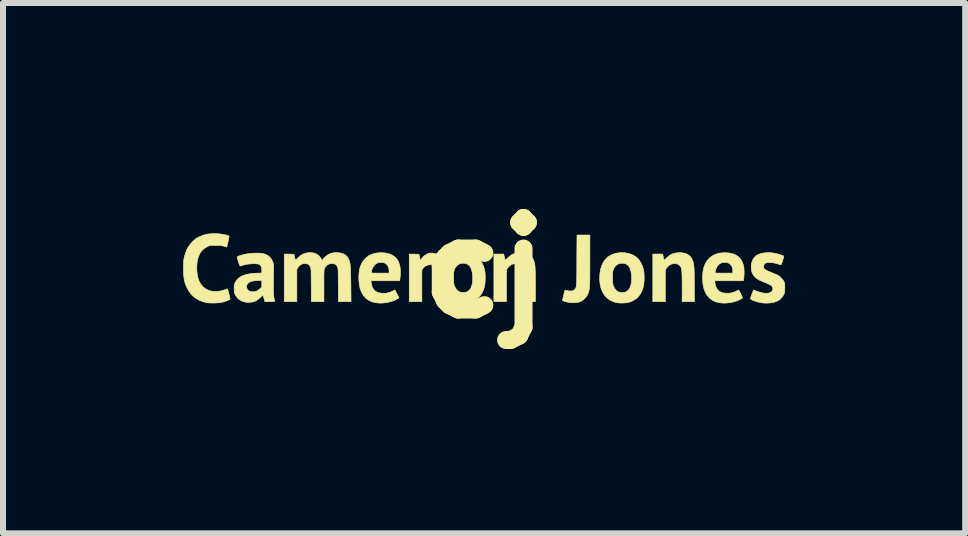
<source format=kicad_pcb>
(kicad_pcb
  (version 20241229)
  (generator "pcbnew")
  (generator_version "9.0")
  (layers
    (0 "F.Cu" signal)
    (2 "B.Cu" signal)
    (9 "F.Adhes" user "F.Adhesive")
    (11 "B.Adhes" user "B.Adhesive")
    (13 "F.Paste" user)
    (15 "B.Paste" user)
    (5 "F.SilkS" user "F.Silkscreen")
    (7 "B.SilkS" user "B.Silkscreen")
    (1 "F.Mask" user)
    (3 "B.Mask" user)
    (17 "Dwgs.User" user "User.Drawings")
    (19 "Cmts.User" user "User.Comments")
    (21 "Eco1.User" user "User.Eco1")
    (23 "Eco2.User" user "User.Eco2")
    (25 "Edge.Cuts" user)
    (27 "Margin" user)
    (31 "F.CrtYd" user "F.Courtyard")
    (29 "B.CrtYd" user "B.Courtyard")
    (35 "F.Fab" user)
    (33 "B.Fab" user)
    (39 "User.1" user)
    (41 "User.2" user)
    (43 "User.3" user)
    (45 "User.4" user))
  (footprint "cj"
    (layer "F.Cu")
    (at 5.02 1.418)
    (property "Reference" "cj" (at 0 0 0) (layer "F.SilkS") (effects (font (size 1.524 1.524) (thickness 0.3))))
    (attr through_hole)
    (fp_poly (pts (xy -0.86 -0.251) (xy -0.835 -0.247) (xy -0.812 -0.243) (xy -0.796 -0.237) (xy -0.79 -0.232) (xy -0.79 -0.223) (xy -0.791 -0.205) (xy -0.794 -0.18) (xy -0.797 -0.151) (xy -0.801 -0.121) (xy -0.805 -0.093) (xy -0.809 -0.069) (xy -0.812 -0.053) (xy -0.814 -0.047) (xy -0.822 -0.046) (xy -0.837 -0.049) (xy -0.842 -0.05) (xy -0.887 -0.057) (xy -0.929 -0.054) (xy -0.968 -0.042) (xy -1.001 -0.021) (xy -1.023 0.005) (xy -1.041 0.034) (xy -1.041 0.559) (xy -1.251 0.559) (xy -1.251 -0.235) (xy -1.17 -0.234) (xy -1.09 -0.232) (xy -1.082 -0.2) (xy -1.077 -0.178) (xy -1.072 -0.158) (xy -1.071 -0.151) (xy -1.065 -0.137) (xy -1.058 -0.135) (xy -1.05 -0.146) (xy -1.049 -0.149) (xy -1.029 -0.18) (xy -0.999 -0.208) (xy -0.963 -0.231) (xy -0.925 -0.247) (xy -0.906 -0.251) (xy -0.885 -0.252) (xy -0.86 -0.251)) (stroke (width 0.01) (type solid)) (fill yes) (layer "F.SilkS"))
    (fp_poly (pts (xy 0.63 -0.258) (xy 0.686 -0.249) (xy 0.731 -0.234) (xy 0.768 -0.21) (xy 0.797 -0.178) (xy 0.813 -0.15) (xy 0.821 -0.132) (xy 0.828 -0.115) (xy 0.834 -0.096) (xy 0.839 -0.075) (xy 0.842 -0.05) (xy 0.845 -0.021) (xy 0.847 0.015) (xy 0.849 0.058) (xy 0.85 0.109) (xy 0.85 0.17) (xy 0.851 0.242) (xy 0.851 0.275) (xy 0.851 0.559) (xy 0.648 0.559) (xy 0.648 0.312) (xy 0.648 0.242) (xy 0.647 0.183) (xy 0.646 0.134) (xy 0.645 0.095) (xy 0.643 0.063) (xy 0.641 0.037) (xy 0.637 0.016) (xy 0.633 -0.000389) (xy 0.628 -0.015) (xy 0.623 -0.025) (xy 0.605 -0.048) (xy 0.578 -0.065) (xy 0.544 -0.075) (xy 0.522 -0.076) (xy 0.481 -0.071) (xy 0.445 -0.056) (xy 0.412 -0.03) (xy 0.389 -0.002) (xy 0.368 0.028) (xy 0.368 0.559) (xy 0.159 0.559) (xy 0.159 -0.235) (xy 0.323 -0.235) (xy 0.334 -0.186) (xy 0.339 -0.162) (xy 0.344 -0.144) (xy 0.347 -0.135) (xy 0.347 -0.134) (xy 0.352 -0.137) (xy 0.364 -0.147) (xy 0.381 -0.162) (xy 0.389 -0.169) (xy 0.412 -0.19) (xy 0.435 -0.209) (xy 0.455 -0.223) (xy 0.458 -0.225) (xy 0.497 -0.242) (xy 0.544 -0.253) (xy 0.594 -0.258) (xy 0.63 -0.258)) (stroke (width 0.01) (type solid)) (fill yes) (layer "F.SilkS"))
    (fp_poly (pts (xy 3.278 -0.258) (xy 3.333 -0.249) (xy 3.379 -0.234) (xy 3.416 -0.21) (xy 3.445 -0.178) (xy 3.461 -0.15) (xy 3.469 -0.132) (xy 3.476 -0.115) (xy 3.482 -0.096) (xy 3.487 -0.075) (xy 3.49 -0.05) (xy 3.493 -0.021) (xy 3.495 0.015) (xy 3.497 0.058) (xy 3.498 0.109) (xy 3.498 0.17) (xy 3.499 0.242) (xy 3.499 0.275) (xy 3.499 0.559) (xy 3.296 0.559) (xy 3.296 0.312) (xy 3.296 0.242) (xy 3.295 0.183) (xy 3.294 0.134) (xy 3.293 0.095) (xy 3.291 0.063) (xy 3.289 0.037) (xy 3.285 0.016) (xy 3.281 -0.000389) (xy 3.276 -0.015) (xy 3.271 -0.025) (xy 3.253 -0.048) (xy 3.226 -0.065) (xy 3.192 -0.075) (xy 3.17 -0.076) (xy 3.129 -0.071) (xy 3.092 -0.056) (xy 3.06 -0.03) (xy 3.037 -0.002) (xy 3.016 0.028) (xy 3.016 0.559) (xy 2.807 0.559) (xy 2.807 -0.235) (xy 2.971 -0.235) (xy 2.982 -0.186) (xy 2.987 -0.162) (xy 2.992 -0.144) (xy 2.994 -0.135) (xy 2.995 -0.134) (xy 3 -0.137) (xy 3.012 -0.147) (xy 3.029 -0.162) (xy 3.037 -0.169) (xy 3.059 -0.19) (xy 3.083 -0.209) (xy 3.103 -0.223) (xy 3.106 -0.225) (xy 3.145 -0.242) (xy 3.192 -0.253) (xy 3.242 -0.258) (xy 3.278 -0.258)) (stroke (width 0.01) (type solid)) (fill yes) (layer "F.SilkS"))
    (fp_poly (pts (xy 1.759 -0.132) (xy 1.759 -0.042) (xy 1.759 0.036) (xy 1.758 0.104) (xy 1.758 0.161) (xy 1.757 0.21) (xy 1.756 0.252) (xy 1.754 0.286) (xy 1.752 0.314) (xy 1.75 0.338) (xy 1.747 0.358) (xy 1.744 0.375) (xy 1.74 0.39) (xy 1.736 0.405) (xy 1.734 0.41) (xy 1.712 0.455) (xy 1.682 0.496) (xy 1.645 0.531) (xy 1.604 0.556) (xy 1.587 0.562) (xy 1.561 0.569) (xy 1.526 0.573) (xy 1.487 0.575) (xy 1.448 0.575) (xy 1.414 0.571) (xy 1.413 0.571) (xy 1.379 0.565) (xy 1.349 0.557) (xy 1.325 0.55) (xy 1.309 0.542) (xy 1.304 0.537) (xy 1.305 0.529) (xy 1.308 0.511) (xy 1.313 0.487) (xy 1.32 0.458) (xy 1.327 0.429) (xy 1.334 0.401) (xy 1.341 0.378) (xy 1.343 0.37) (xy 1.348 0.366) (xy 1.36 0.368) (xy 1.375 0.372) (xy 1.413 0.38) (xy 1.446 0.38) (xy 1.47 0.378) (xy 1.485 0.374) (xy 1.496 0.367) (xy 1.505 0.357) (xy 1.512 0.35) (xy 1.517 0.343) (xy 1.522 0.335) (xy 1.526 0.325) (xy 1.53 0.313) (xy 1.532 0.297) (xy 1.535 0.276) (xy 1.536 0.25) (xy 1.538 0.218) (xy 1.539 0.178) (xy 1.54 0.13) (xy 1.54 0.073) (xy 1.541 0.005) (xy 1.541 -0.073) (xy 1.541 -0.132) (xy 1.544 -0.552) (xy 1.759 -0.552) (xy 1.759 -0.132)) (stroke (width 0.01) (type solid)) (fill yes) (layer "F.SilkS"))
    (fp_poly (pts (xy -0.302 -0.256) (xy -0.239 -0.244) (xy -0.18 -0.223) (xy -0.128 -0.193) (xy -0.092 -0.163) (xy -0.065 -0.13) (xy -0.039 -0.087) (xy -0.017 -0.04) (xy 0.000056 0.008) (xy 0.004 0.025) (xy 0.011 0.064) (xy 0.014 0.111) (xy 0.015 0.162) (xy 0.014 0.213) (xy 0.01 0.26) (xy 0.004 0.301) (xy 0.001 0.313) (xy -0.022 0.381) (xy -0.053 0.438) (xy -0.092 0.486) (xy -0.14 0.524) (xy -0.196 0.554) (xy -0.235 0.568) (xy -0.27 0.575) (xy -0.312 0.58) (xy -0.358 0.581) (xy -0.403 0.58) (xy -0.442 0.575) (xy -0.444 0.575) (xy -0.506 0.557) (xy -0.562 0.529) (xy -0.609 0.491) (xy -0.65 0.445) (xy -0.682 0.39) (xy -0.706 0.327) (xy -0.721 0.256) (xy -0.727 0.179) (xy -0.726 0.159) (xy -0.511 0.159) (xy -0.511 0.199) (xy -0.51 0.229) (xy -0.509 0.251) (xy -0.506 0.268) (xy -0.503 0.283) (xy -0.497 0.297) (xy -0.497 0.298) (xy -0.476 0.338) (xy -0.451 0.37) (xy -0.421 0.392) (xy -0.416 0.394) (xy -0.385 0.403) (xy -0.349 0.406) (xy -0.313 0.402) (xy -0.289 0.395) (xy -0.268 0.382) (xy -0.248 0.365) (xy -0.243 0.36) (xy -0.223 0.329) (xy -0.208 0.289) (xy -0.198 0.242) (xy -0.194 0.191) (xy -0.194 0.139) (xy -0.199 0.087) (xy -0.209 0.039) (xy -0.224 -0.003) (xy -0.244 -0.036) (xy -0.246 -0.039) (xy -0.275 -0.063) (xy -0.311 -0.078) (xy -0.352 -0.082) (xy -0.397 -0.077) (xy -0.435 -0.06) (xy -0.466 -0.033) (xy -0.491 0.005) (xy -0.497 0.019) (xy -0.502 0.033) (xy -0.506 0.048) (xy -0.509 0.064) (xy -0.51 0.086) (xy -0.511 0.115) (xy -0.511 0.154) (xy -0.511 0.159) (xy -0.726 0.159) (xy -0.723 0.097) (xy -0.711 0.02) (xy -0.69 -0.047) (xy -0.661 -0.106) (xy -0.623 -0.156) (xy -0.576 -0.196) (xy -0.522 -0.226) (xy -0.459 -0.247) (xy -0.437 -0.252) (xy -0.369 -0.259) (xy -0.302 -0.256)) (stroke (width 0.01) (type solid)) (fill yes) (layer "F.SilkS"))
    (fp_poly (pts (xy 2.346 -0.256) (xy 2.409 -0.244) (xy 2.468 -0.223) (xy 2.52 -0.193) (xy 2.556 -0.163) (xy 2.583 -0.13) (xy 2.609 -0.087) (xy 2.631 -0.04) (xy 2.648 0.008) (xy 2.652 0.025) (xy 2.659 0.064) (xy 2.662 0.111) (xy 2.663 0.162) (xy 2.662 0.213) (xy 2.658 0.26) (xy 2.652 0.301) (xy 2.649 0.313) (xy 2.626 0.381) (xy 2.595 0.438) (xy 2.556 0.486) (xy 2.508 0.524) (xy 2.452 0.554) (xy 2.413 0.568) (xy 2.378 0.575) (xy 2.336 0.58) (xy 2.289 0.581) (xy 2.245 0.58) (xy 2.205 0.575) (xy 2.204 0.575) (xy 2.142 0.557) (xy 2.086 0.529) (xy 2.039 0.491) (xy 1.998 0.445) (xy 1.966 0.39) (xy 1.942 0.327) (xy 1.927 0.256) (xy 1.921 0.179) (xy 1.922 0.159) (xy 2.137 0.159) (xy 2.137 0.199) (xy 2.138 0.229) (xy 2.139 0.251) (xy 2.142 0.268) (xy 2.145 0.283) (xy 2.151 0.297) (xy 2.151 0.298) (xy 2.172 0.338) (xy 2.197 0.37) (xy 2.226 0.392) (xy 2.232 0.394) (xy 2.263 0.403) (xy 2.299 0.406) (xy 2.335 0.402) (xy 2.359 0.395) (xy 2.38 0.382) (xy 2.4 0.365) (xy 2.405 0.36) (xy 2.425 0.329) (xy 2.44 0.289) (xy 2.45 0.242) (xy 2.454 0.191) (xy 2.454 0.139) (xy 2.449 0.087) (xy 2.439 0.039) (xy 2.424 -0.003) (xy 2.404 -0.036) (xy 2.402 -0.039) (xy 2.373 -0.063) (xy 2.337 -0.078) (xy 2.296 -0.082) (xy 2.251 -0.077) (xy 2.213 -0.06) (xy 2.182 -0.033) (xy 2.157 0.005) (xy 2.151 0.019) (xy 2.146 0.033) (xy 2.142 0.048) (xy 2.139 0.064) (xy 2.138 0.086) (xy 2.137 0.115) (xy 2.137 0.154) (xy 2.137 0.159) (xy 1.922 0.159) (xy 1.925 0.097) (xy 1.937 0.02) (xy 1.958 -0.047) (xy 1.987 -0.106) (xy 2.025 -0.156) (xy 2.072 -0.196) (xy 2.126 -0.226) (xy 2.189 -0.247) (xy 2.211 -0.252) (xy 2.279 -0.259) (xy 2.346 -0.256)) (stroke (width 0.01) (type solid)) (fill yes) (layer "F.SilkS"))
    (fp_poly (pts (xy -1.644 -0.252) (xy -1.583 -0.238) (xy -1.53 -0.215) (xy -1.486 -0.183) (xy -1.45 -0.142) (xy -1.424 -0.091) (xy -1.406 -0.032) (xy -1.402 -0.002) (xy -1.399 0.036) (xy -1.399 0.079) (xy -1.4 0.123) (xy -1.404 0.163) (xy -1.407 0.189) (xy -1.411 0.21) (xy -1.888 0.21) (xy -1.884 0.249) (xy -1.879 0.277) (xy -1.87 0.306) (xy -1.865 0.32) (xy -1.843 0.357) (xy -1.815 0.384) (xy -1.781 0.403) (xy -1.738 0.414) (xy -1.701 0.418) (xy -1.649 0.418) (xy -1.603 0.411) (xy -1.558 0.396) (xy -1.534 0.384) (xy -1.513 0.374) (xy -1.497 0.367) (xy -1.489 0.364) (xy -1.488 0.364) (xy -1.485 0.37) (xy -1.478 0.385) (xy -1.467 0.406) (xy -1.455 0.43) (xy -1.422 0.495) (xy -1.453 0.514) (xy -1.501 0.539) (xy -1.559 0.558) (xy -1.622 0.573) (xy -1.687 0.581) (xy -1.752 0.582) (xy -1.804 0.577) (xy -1.868 0.562) (xy -1.925 0.537) (xy -1.973 0.502) (xy -2.014 0.457) (xy -2.046 0.403) (xy -2.07 0.339) (xy -2.073 0.327) (xy -2.084 0.269) (xy -2.09 0.203) (xy -2.091 0.135) (xy -2.087 0.075) (xy -1.884 0.075) (xy -1.881 0.078) (xy -1.875 0.08) (xy -1.862 0.081) (xy -1.843 0.082) (xy -1.815 0.082) (xy -1.777 0.083) (xy -1.737 0.083) (xy -1.587 0.083) (xy -1.587 0.042) (xy -1.593 -0.002) (xy -1.608 -0.038) (xy -1.631 -0.066) (xy -1.663 -0.086) (xy -1.701 -0.095) (xy -1.744 -0.095) (xy -1.773 -0.089) (xy -1.804 -0.074) (xy -1.831 -0.05) (xy -1.854 -0.018) (xy -1.871 0.019) (xy -1.876 0.038) (xy -1.88 0.056) (xy -1.884 0.071) (xy -1.884 0.071) (xy -1.884 0.075) (xy -2.087 0.075) (xy -2.086 0.069) (xy -2.076 0.009) (xy -2.073 -0.003) (xy -2.051 -0.065) (xy -2.02 -0.119) (xy -1.98 -0.165) (xy -1.933 -0.202) (xy -1.904 -0.218) (xy -1.865 -0.235) (xy -1.828 -0.246) (xy -1.79 -0.253) (xy -1.746 -0.256) (xy -1.714 -0.257) (xy -1.644 -0.252)) (stroke (width 0.01) (type solid)) (fill yes) (layer "F.SilkS"))
    (fp_poly (pts (xy 4.084 -0.252) (xy 4.145 -0.238) (xy 4.198 -0.215) (xy 4.242 -0.183) (xy 4.277 -0.142) (xy 4.304 -0.091) (xy 4.322 -0.032) (xy 4.326 -0.002) (xy 4.328 0.036) (xy 4.329 0.079) (xy 4.327 0.123) (xy 4.324 0.163) (xy 4.32 0.189) (xy 4.317 0.21) (xy 3.84 0.21) (xy 3.844 0.249) (xy 3.849 0.277) (xy 3.857 0.306) (xy 3.863 0.32) (xy 3.885 0.357) (xy 3.912 0.384) (xy 3.947 0.403) (xy 3.99 0.414) (xy 4.026 0.418) (xy 4.078 0.418) (xy 4.124 0.411) (xy 4.169 0.396) (xy 4.194 0.384) (xy 4.215 0.374) (xy 4.231 0.367) (xy 4.239 0.364) (xy 4.239 0.364) (xy 4.242 0.37) (xy 4.25 0.385) (xy 4.261 0.406) (xy 4.273 0.43) (xy 4.305 0.495) (xy 4.275 0.514) (xy 4.226 0.539) (xy 4.169 0.558) (xy 4.106 0.573) (xy 4.041 0.581) (xy 3.976 0.582) (xy 3.923 0.577) (xy 3.859 0.562) (xy 3.803 0.537) (xy 3.755 0.502) (xy 3.714 0.457) (xy 3.682 0.403) (xy 3.658 0.339) (xy 3.655 0.328) (xy 3.643 0.267) (xy 3.637 0.199) (xy 3.637 0.129) (xy 3.641 0.075) (xy 3.844 0.075) (xy 3.846 0.078) (xy 3.853 0.08) (xy 3.865 0.081) (xy 3.885 0.082) (xy 3.913 0.082) (xy 3.951 0.083) (xy 3.991 0.083) (xy 4.14 0.083) (xy 4.14 0.042) (xy 4.135 -0.002) (xy 4.12 -0.038) (xy 4.096 -0.066) (xy 4.065 -0.086) (xy 4.027 -0.095) (xy 3.984 -0.095) (xy 3.954 -0.089) (xy 3.924 -0.074) (xy 3.896 -0.05) (xy 3.873 -0.018) (xy 3.857 0.019) (xy 3.852 0.038) (xy 3.848 0.056) (xy 3.844 0.071) (xy 3.844 0.071) (xy 3.844 0.075) (xy 3.641 0.075) (xy 3.642 0.062) (xy 3.654 0.001) (xy 3.655 -0.003) (xy 3.677 -0.065) (xy 3.708 -0.119) (xy 3.747 -0.165) (xy 3.795 -0.202) (xy 3.824 -0.218) (xy 3.863 -0.235) (xy 3.9 -0.246) (xy 3.938 -0.253) (xy 3.982 -0.256) (xy 4.013 -0.257) (xy 4.084 -0.252)) (stroke (width 0.01) (type solid)) (fill yes) (layer "F.SilkS"))
    (fp_poly (pts (xy -4.433 -0.573) (xy -4.424 -0.572) (xy -4.391 -0.568) (xy -4.357 -0.562) (xy -4.324 -0.556) (xy -4.294 -0.549) (xy -4.271 -0.542) (xy -4.257 -0.537) (xy -4.254 -0.535) (xy -4.254 -0.527) (xy -4.256 -0.509) (xy -4.261 -0.483) (xy -4.268 -0.45) (xy -4.277 -0.413) (xy -4.287 -0.373) (xy -4.288 -0.367) (xy -4.293 -0.351) (xy -4.332 -0.364) (xy -4.35 -0.369) (xy -4.369 -0.373) (xy -4.391 -0.375) (xy -4.419 -0.377) (xy -4.456 -0.377) (xy -4.474 -0.377) (xy -4.576 -0.378) (xy -4.624 -0.354) (xy -4.672 -0.324) (xy -4.711 -0.287) (xy -4.742 -0.24) (xy -4.766 -0.184) (xy -4.779 -0.137) (xy -4.786 -0.096) (xy -4.79 -0.047) (xy -4.791 0.005) (xy -4.789 0.056) (xy -4.784 0.104) (xy -4.777 0.144) (xy -4.776 0.147) (xy -4.754 0.212) (xy -4.724 0.268) (xy -4.686 0.312) (xy -4.641 0.347) (xy -4.589 0.372) (xy -4.566 0.378) (xy -4.522 0.385) (xy -4.472 0.387) (xy -4.42 0.384) (xy -4.372 0.375) (xy -4.34 0.365) (xy -4.317 0.357) (xy -4.298 0.35) (xy -4.287 0.345) (xy -4.286 0.345) (xy -4.282 0.346) (xy -4.277 0.354) (xy -4.271 0.369) (xy -4.264 0.393) (xy -4.255 0.428) (xy -4.255 0.429) (xy -4.247 0.463) (xy -4.241 0.487) (xy -4.239 0.503) (xy -4.238 0.513) (xy -4.24 0.519) (xy -4.244 0.523) (xy -4.246 0.524) (xy -4.261 0.533) (xy -4.285 0.543) (xy -4.315 0.553) (xy -4.346 0.562) (xy -4.375 0.569) (xy -4.385 0.571) (xy -4.417 0.576) (xy -4.455 0.579) (xy -4.497 0.581) (xy -4.539 0.581) (xy -4.576 0.58) (xy -4.604 0.578) (xy -4.607 0.578) (xy -4.685 0.56) (xy -4.755 0.533) (xy -4.817 0.495) (xy -4.872 0.448) (xy -4.917 0.392) (xy -4.944 0.348) (xy -4.966 0.301) (xy -4.984 0.256) (xy -4.996 0.21) (xy -5.005 0.159) (xy -5.011 0.101) (xy -5.014 0.038) (xy -5.015 -0.034) (xy -5.012 -0.097) (xy -5.006 -0.152) (xy -4.994 -0.204) (xy -4.979 -0.254) (xy -4.976 -0.26) (xy -4.955 -0.312) (xy -4.932 -0.355) (xy -4.904 -0.394) (xy -4.869 -0.434) (xy -4.861 -0.442) (xy -4.832 -0.469) (xy -4.807 -0.49) (xy -4.78 -0.507) (xy -4.756 -0.52) (xy -4.681 -0.55) (xy -4.603 -0.569) (xy -4.521 -0.576) (xy -4.433 -0.573)) (stroke (width 0.01) (type solid)) (fill yes) (layer "F.SilkS"))
    (fp_poly (pts (xy -2.838 -0.252) (xy -2.794 -0.235) (xy -2.757 -0.209) (xy -2.728 -0.172) (xy -2.717 -0.153) (xy -2.704 -0.124) (xy -2.694 -0.14) (xy -2.676 -0.162) (xy -2.652 -0.187) (xy -2.625 -0.21) (xy -2.6 -0.228) (xy -2.589 -0.234) (xy -2.536 -0.252) (xy -2.479 -0.259) (xy -2.44 -0.258) (xy -2.387 -0.25) (xy -2.343 -0.235) (xy -2.308 -0.214) (xy -2.281 -0.185) (xy -2.264 -0.157) (xy -2.256 -0.14) (xy -2.25 -0.123) (xy -2.244 -0.105) (xy -2.239 -0.085) (xy -2.236 -0.061) (xy -2.233 -0.033) (xy -2.23 0.002) (xy -2.229 0.044) (xy -2.227 0.094) (xy -2.226 0.154) (xy -2.225 0.225) (xy -2.224 0.265) (xy -2.221 0.559) (xy -2.431 0.559) (xy -2.433 0.281) (xy -2.434 0.214) (xy -2.434 0.159) (xy -2.435 0.114) (xy -2.435 0.078) (xy -2.436 0.049) (xy -2.437 0.028) (xy -2.439 0.011) (xy -2.441 -0.001) (xy -2.443 -0.011) (xy -2.445 -0.018) (xy -2.449 -0.026) (xy -2.466 -0.052) (xy -2.49 -0.068) (xy -2.523 -0.075) (xy -2.54 -0.076) (xy -2.58 -0.071) (xy -2.614 -0.056) (xy -2.642 -0.029) (xy -2.661 0.001) (xy -2.664 0.008) (xy -2.667 0.015) (xy -2.669 0.025) (xy -2.67 0.038) (xy -2.671 0.056) (xy -2.672 0.081) (xy -2.673 0.112) (xy -2.673 0.152) (xy -2.673 0.201) (xy -2.673 0.261) (xy -2.673 0.292) (xy -2.673 0.559) (xy -2.882 0.559) (xy -2.884 0.281) (xy -2.885 0.214) (xy -2.885 0.159) (xy -2.886 0.114) (xy -2.886 0.078) (xy -2.887 0.05) (xy -2.888 0.029) (xy -2.889 0.012) (xy -2.891 0.000226) (xy -2.893 -0.009) (xy -2.896 -0.017) (xy -2.899 -0.024) (xy -2.901 -0.026) (xy -2.919 -0.053) (xy -2.944 -0.069) (xy -2.977 -0.076) (xy -2.986 -0.076) (xy -3.021 -0.073) (xy -3.05 -0.064) (xy -3.075 -0.046) (xy -3.1 -0.018) (xy -3.106 -0.01) (xy -3.124 0.015) (xy -3.124 0.559) (xy -3.334 0.559) (xy -3.334 -0.235) (xy -3.253 -0.234) (xy -3.172 -0.232) (xy -3.161 -0.185) (xy -3.156 -0.162) (xy -3.151 -0.145) (xy -3.148 -0.136) (xy -3.148 -0.136) (xy -3.142 -0.139) (xy -3.13 -0.149) (xy -3.114 -0.164) (xy -3.104 -0.174) (xy -3.065 -0.208) (xy -3.026 -0.232) (xy -2.983 -0.248) (xy -2.947 -0.256) (xy -2.889 -0.259) (xy -2.838 -0.252)) (stroke (width 0.01) (type solid)) (fill yes) (layer "F.SilkS"))
    (fp_poly (pts (xy 4.792 -0.255) (xy 4.857 -0.245) (xy 4.918 -0.228) (xy 4.944 -0.219) (xy 4.966 -0.211) (xy 4.98 -0.205) (xy 4.984 -0.204) (xy 4.987 -0.199) (xy 4.987 -0.19) (xy 4.984 -0.174) (xy 4.977 -0.149) (xy 4.971 -0.126) (xy 4.96 -0.093) (xy 4.951 -0.07) (xy 4.944 -0.057) (xy 4.941 -0.056) (xy 4.931 -0.058) (xy 4.913 -0.064) (xy 4.889 -0.07) (xy 4.878 -0.074) (xy 4.834 -0.085) (xy 4.791 -0.091) (xy 4.751 -0.094) (xy 4.717 -0.093) (xy 4.691 -0.087) (xy 4.691 -0.087) (xy 4.669 -0.071) (xy 4.655 -0.048) (xy 4.65 -0.022) (xy 4.652 -0.012) (xy 4.657 0.002) (xy 4.67 0.016) (xy 4.689 0.03) (xy 4.718 0.045) (xy 4.757 0.062) (xy 4.783 0.073) (xy 4.815 0.085) (xy 4.845 0.098) (xy 4.87 0.108) (xy 4.886 0.116) (xy 4.889 0.117) (xy 4.916 0.135) (xy 4.944 0.161) (xy 4.97 0.189) (xy 4.989 0.217) (xy 4.99 0.219) (xy 4.997 0.234) (xy 5.002 0.247) (xy 5.005 0.262) (xy 5.006 0.283) (xy 5.007 0.312) (xy 5.007 0.327) (xy 5.006 0.361) (xy 5.005 0.385) (xy 5.003 0.403) (xy 4.998 0.419) (xy 4.992 0.436) (xy 4.99 0.439) (xy 4.965 0.479) (xy 4.932 0.515) (xy 4.894 0.543) (xy 4.879 0.55) (xy 4.832 0.567) (xy 4.776 0.578) (xy 4.715 0.583) (xy 4.652 0.581) (xy 4.62 0.577) (xy 4.589 0.571) (xy 4.555 0.563) (xy 4.522 0.553) (xy 4.491 0.542) (xy 4.464 0.531) (xy 4.444 0.52) (xy 4.434 0.511) (xy 4.432 0.508) (xy 4.434 0.5) (xy 4.44 0.484) (xy 4.448 0.461) (xy 4.457 0.436) (xy 4.467 0.411) (xy 4.475 0.388) (xy 4.482 0.372) (xy 4.485 0.364) (xy 4.485 0.364) (xy 4.492 0.365) (xy 4.506 0.371) (xy 4.522 0.378) (xy 4.563 0.393) (xy 4.608 0.406) (xy 4.652 0.415) (xy 4.692 0.419) (xy 4.697 0.419) (xy 4.739 0.415) (xy 4.771 0.404) (xy 4.793 0.386) (xy 4.805 0.36) (xy 4.807 0.341) (xy 4.805 0.324) (xy 4.798 0.308) (xy 4.784 0.293) (xy 4.762 0.278) (xy 4.732 0.263) (xy 4.692 0.245) (xy 4.658 0.232) (xy 4.597 0.206) (xy 4.548 0.179) (xy 4.51 0.149) (xy 4.482 0.115) (xy 4.462 0.076) (xy 4.45 0.031) (xy 4.447 0.008) (xy 4.447 -0.044) (xy 4.456 -0.094) (xy 4.473 -0.139) (xy 4.498 -0.178) (xy 4.523 -0.203) (xy 4.562 -0.227) (xy 4.611 -0.244) (xy 4.667 -0.255) (xy 4.728 -0.259) (xy 4.792 -0.255)) (stroke (width 0.01) (type solid)) (fill yes) (layer "F.SilkS"))
    (fp_poly (pts (xy -3.765 -0.25) (xy -3.735 -0.249) (xy -3.712 -0.247) (xy -3.692 -0.244) (xy -3.672 -0.238) (xy -3.667 -0.237) (xy -3.617 -0.216) (xy -3.578 -0.188) (xy -3.547 -0.151) (xy -3.525 -0.105) (xy -3.519 -0.089) (xy -3.516 -0.076) (xy -3.513 -0.061) (xy -3.511 -0.043) (xy -3.51 -0.02) (xy -3.51 0.011) (xy -3.511 0.051) (xy -3.512 0.086) (xy -3.513 0.179) (xy -3.514 0.26) (xy -3.514 0.33) (xy -3.513 0.388) (xy -3.511 0.435) (xy -3.508 0.472) (xy -3.504 0.499) (xy -3.503 0.504) (xy -3.498 0.526) (xy -3.494 0.544) (xy -3.493 0.553) (xy -3.493 0.553) (xy -3.498 0.555) (xy -3.515 0.557) (xy -3.54 0.558) (xy -3.572 0.559) (xy -3.574 0.559) (xy -3.656 0.559) (xy -3.67 0.508) (xy -3.678 0.484) (xy -3.684 0.465) (xy -3.689 0.455) (xy -3.69 0.454) (xy -3.696 0.457) (xy -3.709 0.467) (xy -3.726 0.482) (xy -3.735 0.491) (xy -3.771 0.522) (xy -3.806 0.544) (xy -3.845 0.559) (xy -3.87 0.565) (xy -3.916 0.57) (xy -3.958 0.569) (xy -3.994 0.563) (xy -4.046 0.546) (xy -4.088 0.521) (xy -4.122 0.487) (xy -4.148 0.446) (xy -4.158 0.425) (xy -4.164 0.408) (xy -4.167 0.391) (xy -4.168 0.369) (xy -4.169 0.34) (xy -4.168 0.309) (xy -4.168 0.304) (xy -3.962 0.304) (xy -3.957 0.334) (xy -3.942 0.361) (xy -3.919 0.381) (xy -3.918 0.382) (xy -3.892 0.39) (xy -3.86 0.394) (xy -3.825 0.391) (xy -3.801 0.386) (xy -3.779 0.375) (xy -3.754 0.357) (xy -3.742 0.346) (xy -3.708 0.314) (xy -3.708 0.21) (xy -3.736 0.206) (xy -3.762 0.205) (xy -3.795 0.207) (xy -3.831 0.211) (xy -3.866 0.217) (xy -3.893 0.224) (xy -3.901 0.227) (xy -3.93 0.245) (xy -3.951 0.268) (xy -3.961 0.293) (xy -3.962 0.304) (xy -4.168 0.304) (xy -4.167 0.288) (xy -4.163 0.27) (xy -4.157 0.253) (xy -4.148 0.233) (xy -4.122 0.193) (xy -4.088 0.16) (xy -4.044 0.133) (xy -3.991 0.112) (xy -3.928 0.097) (xy -3.853 0.087) (xy -3.802 0.084) (xy -3.708 0.081) (xy -3.708 0.037) (xy -3.712 -0.004) (xy -3.721 -0.034) (xy -3.738 -0.055) (xy -3.749 -0.062) (xy -3.768 -0.068) (xy -3.797 -0.072) (xy -3.833 -0.074) (xy -3.872 -0.073) (xy -3.914 -0.07) (xy -3.954 -0.065) (xy -3.989 -0.058) (xy -3.997 -0.056) (xy -4.024 -0.048) (xy -4.046 -0.042) (xy -4.061 -0.037) (xy -4.064 -0.036) (xy -4.069 -0.036) (xy -4.074 -0.042) (xy -4.081 -0.055) (xy -4.088 -0.077) (xy -4.098 -0.108) (xy -4.107 -0.138) (xy -4.113 -0.163) (xy -4.117 -0.181) (xy -4.117 -0.19) (xy -4.117 -0.191) (xy -4.107 -0.196) (xy -4.087 -0.203) (xy -4.06 -0.212) (xy -4.029 -0.221) (xy -3.997 -0.229) (xy -3.966 -0.236) (xy -3.953 -0.239) (xy -3.914 -0.244) (xy -3.867 -0.248) (xy -3.814 -0.25) (xy -3.804 -0.25) (xy -3.765 -0.25)) (stroke (width 0.01) (type solid)) (fill yes) (layer "F.SilkS")))
  (gr_rect
    (start -3 -3)
    (end 13.032 5.836)
    (stroke (width 0.1) (type default))
    (fill no)
    (layer "Edge.Cuts")))
</source>
